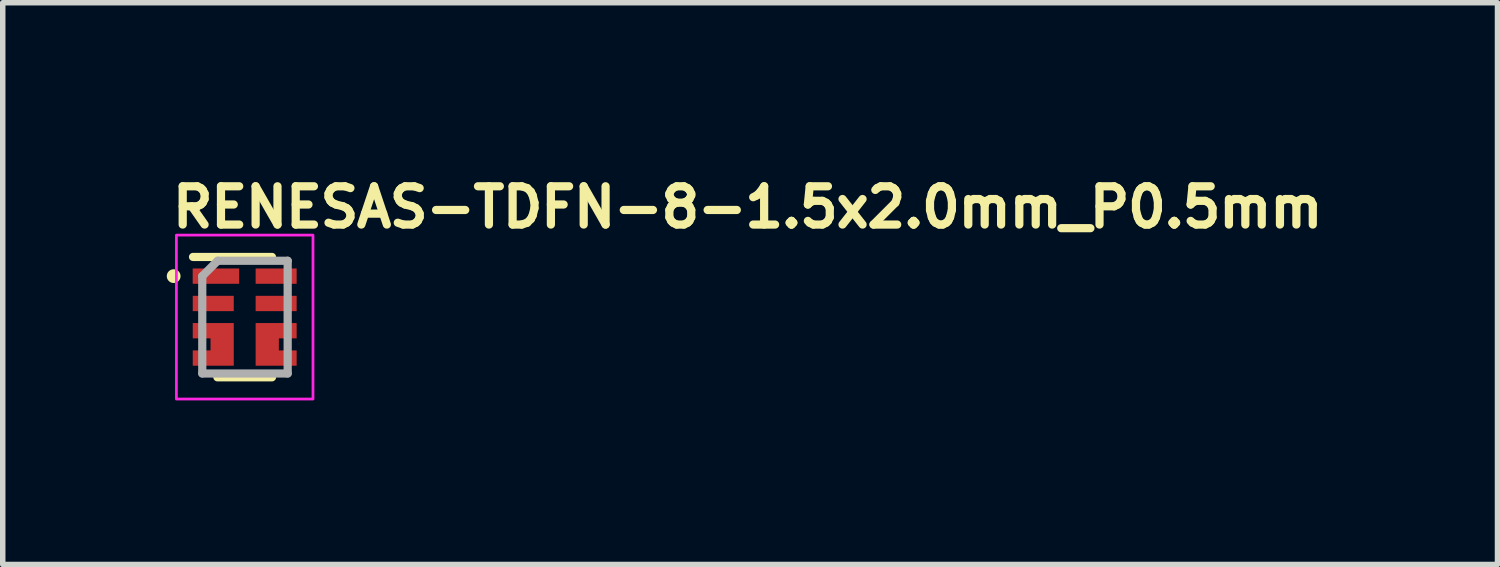
<source format=kicad_pcb>
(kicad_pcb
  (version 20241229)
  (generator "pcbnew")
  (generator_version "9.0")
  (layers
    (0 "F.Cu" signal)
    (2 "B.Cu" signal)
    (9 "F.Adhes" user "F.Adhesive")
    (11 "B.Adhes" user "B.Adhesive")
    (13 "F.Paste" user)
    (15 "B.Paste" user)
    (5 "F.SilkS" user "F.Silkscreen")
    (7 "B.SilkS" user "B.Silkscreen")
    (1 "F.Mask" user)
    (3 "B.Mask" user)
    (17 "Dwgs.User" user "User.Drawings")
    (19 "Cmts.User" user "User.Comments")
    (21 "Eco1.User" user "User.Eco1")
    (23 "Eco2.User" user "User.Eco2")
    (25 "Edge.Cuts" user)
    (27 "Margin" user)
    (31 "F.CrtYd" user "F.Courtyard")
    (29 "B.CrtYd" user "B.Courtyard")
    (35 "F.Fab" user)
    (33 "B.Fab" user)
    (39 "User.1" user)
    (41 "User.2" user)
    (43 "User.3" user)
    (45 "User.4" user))
  (footprint "RENESAS-TDFN-8-1.5x2.0mm_P0.5mm"
    (layer "F.Cu")
    (at 1.426 2.75)
    (property "Reference" "RENESAS-TDFN-8-1.5x2.0mm_P0.5mm" (at -1.4 -1.6 0) (unlocked yes) (layer "F.SilkS") (effects (font (size 0.7 0.7) (thickness 0.15)) (justify left bottom)))
    (attr smd)
    (fp_line (start -0.946 -1.101) (end 0.498 -1.101) (stroke (width 0.15) (type solid)) (layer "F.SilkS"))
    (fp_line (start -0.5 1.1) (end 0.498 1.1) (stroke (width 0.15) (type solid)) (layer "F.SilkS"))
    (fp_circle (center -1.3 -0.75) (end -1.249 -0.75) (stroke (width 0.15) (type solid)) (fill yes) (layer "F.SilkS"))
    (fp_rect (start -1.25 -1.5) (end 1.248 1.498) (stroke (width 0.05) (type solid)) (fill no) (layer "F.CrtYd"))
    (fp_line (start -0.777 -0.75) (end -0.777 1.03) (stroke (width 0.15) (type solid)) (layer "F.Fab"))
    (fp_line (start -0.777 1.03) (end 0.785 1.03) (stroke (width 0.15) (type solid)) (layer "F.Fab"))
    (fp_line (start -0.495 -1.031) (end -0.777 -0.75) (stroke (width 0.15) (type solid)) (layer "F.Fab"))
    (fp_line (start 0.785 -1.031) (end -0.495 -1.031) (stroke (width 0.15) (type solid)) (layer "F.Fab"))
    (fp_line (start 0.785 -1.031) (end 0.785 1.03) (stroke (width 0.15) (type solid)) (layer "F.Fab"))
    (fp_rect (start -0.75 -1) (end 0.748 0.998) (stroke (width 0.1) (type solid)) (fill no) (layer "User.5"))
    (fp_line (start -0.75 -1) (end -0.75 0.998) (stroke (width 0.02) (type solid)) (layer "User.9"))
    (fp_line (start -0.75 0.998) (end 0.748 0.998) (stroke (width 0.02) (type solid)) (layer "User.9"))
    (fp_line (start -0.688 -0.814) (end -0.688 -0.811) (stroke (width 0.02) (type solid)) (layer "User.9"))
    (fp_line (start -0.688 -0.814) (end -0.688 -0.811) (stroke (width 0.02) (type solid)) (layer "User.9"))
    (fp_line (start -0.688 -0.811) (end -0.688 -0.808) (stroke (width 0.02) (type solid)) (layer "User.9"))
    (fp_line (start -0.688 -0.811) (end -0.688 -0.808) (stroke (width 0.02) (type solid)) (layer "User.9"))
    (fp_line (start -0.688 -0.808) (end -0.688 -0.805) (stroke (width 0.02) (type solid)) (layer "User.9"))
    (fp_line (start -0.688 -0.808) (end -0.688 -0.805) (stroke (width 0.02) (type solid)) (layer "User.9"))
    (fp_line (start -0.688 -0.805) (end -0.688 -0.802) (stroke (width 0.02) (type solid)) (layer "User.9"))
    (fp_line (start -0.688 -0.805) (end -0.688 -0.802) (stroke (width 0.02) (type solid)) (layer "User.9"))
    (fp_line (start -0.688 -0.802) (end -0.688 -0.795) (stroke (width 0.02) (type solid)) (layer "User.9"))
    (fp_line (start -0.688 -0.802) (end -0.688 -0.795) (stroke (width 0.02) (type solid)) (layer "User.9"))
    (fp_line (start -0.688 -0.795) (end -0.688 -0.789) (stroke (width 0.02) (type solid)) (layer "User.9"))
    (fp_line (start -0.688 -0.795) (end -0.688 -0.789) (stroke (width 0.02) (type solid)) (layer "User.9"))
    (fp_line (start -0.688 -0.789) (end -0.686 -0.783) (stroke (width 0.02) (type solid)) (layer "User.9"))
    (fp_line (start -0.688 -0.789) (end -0.686 -0.783) (stroke (width 0.02) (type solid)) (layer "User.9"))
    (fp_line (start -0.687 -0.817) (end -0.688 -0.814) (stroke (width 0.02) (type solid)) (layer "User.9"))
    (fp_line (start -0.687 -0.817) (end -0.688 -0.814) (stroke (width 0.02) (type solid)) (layer "User.9"))
    (fp_line (start -0.686 -0.824) (end -0.686 -0.821) (stroke (width 0.02) (type solid)) (layer "User.9"))
    (fp_line (start -0.686 -0.824) (end -0.686 -0.821) (stroke (width 0.02) (type solid)) (layer "User.9"))
    (fp_line (start -0.686 -0.821) (end -0.687 -0.817) (stroke (width 0.02) (type solid)) (layer "User.9"))
    (fp_line (start -0.686 -0.821) (end -0.687 -0.817) (stroke (width 0.02) (type solid)) (layer "User.9"))
    (fp_line (start -0.686 -0.783) (end -0.685 -0.777) (stroke (width 0.02) (type solid)) (layer "User.9"))
    (fp_line (start -0.686 -0.783) (end -0.685 -0.777) (stroke (width 0.02) (type solid)) (layer "User.9"))
    (fp_line (start -0.685 -0.827) (end -0.686 -0.824) (stroke (width 0.02) (type solid)) (layer "User.9"))
    (fp_line (start -0.685 -0.827) (end -0.686 -0.824) (stroke (width 0.02) (type solid)) (layer "User.9"))
    (fp_line (start -0.685 -0.777) (end -0.683 -0.771) (stroke (width 0.02) (type solid)) (layer "User.9"))
    (fp_line (start -0.685 -0.777) (end -0.683 -0.771) (stroke (width 0.02) (type solid)) (layer "User.9"))
    (fp_line (start -0.684 -0.83) (end -0.685 -0.827) (stroke (width 0.02) (type solid)) (layer "User.9"))
    (fp_line (start -0.684 -0.83) (end -0.685 -0.827) (stroke (width 0.02) (type solid)) (layer "User.9"))
    (fp_line (start -0.683 -0.833) (end -0.684 -0.83) (stroke (width 0.02) (type solid)) (layer "User.9"))
    (fp_line (start -0.683 -0.833) (end -0.684 -0.83) (stroke (width 0.02) (type solid)) (layer "User.9"))
    (fp_line (start -0.683 -0.771) (end -0.681 -0.764) (stroke (width 0.02) (type solid)) (layer "User.9"))
    (fp_line (start -0.683 -0.771) (end -0.681 -0.764) (stroke (width 0.02) (type solid)) (layer "User.9"))
    (fp_line (start -0.682 -0.835) (end -0.683 -0.833) (stroke (width 0.02) (type solid)) (layer "User.9"))
    (fp_line (start -0.682 -0.835) (end -0.683 -0.833) (stroke (width 0.02) (type solid)) (layer "User.9"))
    (fp_line (start -0.681 -0.837) (end -0.682 -0.835) (stroke (width 0.02) (type solid)) (layer "User.9"))
    (fp_line (start -0.681 -0.837) (end -0.682 -0.835) (stroke (width 0.02) (type solid)) (layer "User.9"))
    (fp_line (start -0.681 -0.764) (end -0.678 -0.758) (stroke (width 0.02) (type solid)) (layer "User.9"))
    (fp_line (start -0.681 -0.764) (end -0.678 -0.758) (stroke (width 0.02) (type solid)) (layer "User.9"))
    (fp_line (start -0.68 -0.84) (end -0.681 -0.837) (stroke (width 0.02) (type solid)) (layer "User.9"))
    (fp_line (start -0.68 -0.84) (end -0.681 -0.837) (stroke (width 0.02) (type solid)) (layer "User.9"))
    (fp_line (start -0.678 -0.843) (end -0.68 -0.84) (stroke (width 0.02) (type solid)) (layer "User.9"))
    (fp_line (start -0.678 -0.843) (end -0.68 -0.84) (stroke (width 0.02) (type solid)) (layer "User.9"))
    (fp_line (start -0.678 -0.758) (end -0.676 -0.753) (stroke (width 0.02) (type solid)) (layer "User.9"))
    (fp_line (start -0.678 -0.758) (end -0.676 -0.753) (stroke (width 0.02) (type solid)) (layer "User.9"))
    (fp_line (start -0.677 -0.846) (end -0.678 -0.843) (stroke (width 0.02) (type solid)) (layer "User.9"))
    (fp_line (start -0.677 -0.846) (end -0.678 -0.843) (stroke (width 0.02) (type solid)) (layer "User.9"))
    (fp_line (start -0.676 -0.848) (end -0.677 -0.846) (stroke (width 0.02) (type solid)) (layer "User.9"))
    (fp_line (start -0.676 -0.848) (end -0.677 -0.846) (stroke (width 0.02) (type solid)) (layer "User.9"))
    (fp_line (start -0.676 -0.753) (end -0.672 -0.748) (stroke (width 0.02) (type solid)) (layer "User.9"))
    (fp_line (start -0.676 -0.753) (end -0.672 -0.748) (stroke (width 0.02) (type solid)) (layer "User.9"))
    (fp_line (start -0.674 -0.851) (end -0.676 -0.848) (stroke (width 0.02) (type solid)) (layer "User.9"))
    (fp_line (start -0.674 -0.851) (end -0.676 -0.848) (stroke (width 0.02) (type solid)) (layer "User.9"))
    (fp_line (start -0.672 -0.854) (end -0.674 -0.851) (stroke (width 0.02) (type solid)) (layer "User.9"))
    (fp_line (start -0.672 -0.854) (end -0.674 -0.851) (stroke (width 0.02) (type solid)) (layer "User.9"))
    (fp_line (start -0.672 -0.748) (end -0.669 -0.743) (stroke (width 0.02) (type solid)) (layer "User.9"))
    (fp_line (start -0.672 -0.748) (end -0.669 -0.743) (stroke (width 0.02) (type solid)) (layer "User.9"))
    (fp_line (start -0.671 -0.856) (end -0.672 -0.854) (stroke (width 0.02) (type solid)) (layer "User.9"))
    (fp_line (start -0.671 -0.856) (end -0.672 -0.854) (stroke (width 0.02) (type solid)) (layer "User.9"))
    (fp_line (start -0.669 -0.859) (end -0.671 -0.856) (stroke (width 0.02) (type solid)) (layer "User.9"))
    (fp_line (start -0.669 -0.859) (end -0.671 -0.856) (stroke (width 0.02) (type solid)) (layer "User.9"))
    (fp_line (start -0.669 -0.743) (end -0.665 -0.738) (stroke (width 0.02) (type solid)) (layer "User.9"))
    (fp_line (start -0.669 -0.743) (end -0.665 -0.738) (stroke (width 0.02) (type solid)) (layer "User.9"))
    (fp_line (start -0.667 -0.861) (end -0.669 -0.859) (stroke (width 0.02) (type solid)) (layer "User.9"))
    (fp_line (start -0.667 -0.861) (end -0.669 -0.859) (stroke (width 0.02) (type solid)) (layer "User.9"))
    (fp_line (start -0.665 -0.864) (end -0.667 -0.861) (stroke (width 0.02) (type solid)) (layer "User.9"))
    (fp_line (start -0.665 -0.864) (end -0.667 -0.861) (stroke (width 0.02) (type solid)) (layer "User.9"))
    (fp_line (start -0.665 -0.738) (end -0.661 -0.733) (stroke (width 0.02) (type solid)) (layer "User.9"))
    (fp_line (start -0.665 -0.738) (end -0.661 -0.733) (stroke (width 0.02) (type solid)) (layer "User.9"))
    (fp_line (start -0.663 -0.866) (end -0.665 -0.864) (stroke (width 0.02) (type solid)) (layer "User.9"))
    (fp_line (start -0.663 -0.866) (end -0.665 -0.864) (stroke (width 0.02) (type solid)) (layer "User.9"))
    (fp_line (start -0.661 -0.868) (end -0.663 -0.866) (stroke (width 0.02) (type solid)) (layer "User.9"))
    (fp_line (start -0.661 -0.868) (end -0.663 -0.866) (stroke (width 0.02) (type solid)) (layer "User.9"))
    (fp_line (start -0.661 -0.733) (end -0.656 -0.729) (stroke (width 0.02) (type solid)) (layer "User.9"))
    (fp_line (start -0.661 -0.733) (end -0.656 -0.729) (stroke (width 0.02) (type solid)) (layer "User.9"))
    (fp_line (start -0.658 -0.87) (end -0.661 -0.868) (stroke (width 0.02) (type solid)) (layer "User.9"))
    (fp_line (start -0.658 -0.87) (end -0.661 -0.868) (stroke (width 0.02) (type solid)) (layer "User.9"))
    (fp_line (start -0.656 -0.872) (end -0.658 -0.87) (stroke (width 0.02) (type solid)) (layer "User.9"))
    (fp_line (start -0.656 -0.872) (end -0.658 -0.87) (stroke (width 0.02) (type solid)) (layer "User.9"))
    (fp_line (start -0.656 -0.729) (end -0.651 -0.725) (stroke (width 0.02) (type solid)) (layer "User.9"))
    (fp_line (start -0.656 -0.729) (end -0.651 -0.725) (stroke (width 0.02) (type solid)) (layer "User.9"))
    (fp_line (start -0.654 -0.874) (end -0.656 -0.872) (stroke (width 0.02) (type solid)) (layer "User.9"))
    (fp_line (start -0.654 -0.874) (end -0.656 -0.872) (stroke (width 0.02) (type solid)) (layer "User.9"))
    (fp_line (start -0.651 -0.876) (end -0.654 -0.874) (stroke (width 0.02) (type solid)) (layer "User.9"))
    (fp_line (start -0.651 -0.876) (end -0.654 -0.874) (stroke (width 0.02) (type solid)) (layer "User.9"))
    (fp_line (start -0.651 -0.725) (end -0.646 -0.721) (stroke (width 0.02) (type solid)) (layer "User.9"))
    (fp_line (start -0.651 -0.725) (end -0.646 -0.721) (stroke (width 0.02) (type solid)) (layer "User.9"))
    (fp_line (start -0.649 -0.878) (end -0.651 -0.876) (stroke (width 0.02) (type solid)) (layer "User.9"))
    (fp_line (start -0.649 -0.878) (end -0.651 -0.876) (stroke (width 0.02) (type solid)) (layer "User.9"))
    (fp_line (start -0.646 -0.88) (end -0.649 -0.878) (stroke (width 0.02) (type solid)) (layer "User.9"))
    (fp_line (start -0.646 -0.88) (end -0.649 -0.878) (stroke (width 0.02) (type solid)) (layer "User.9"))
    (fp_line (start -0.646 -0.721) (end -0.64 -0.718) (stroke (width 0.02) (type solid)) (layer "User.9"))
    (fp_line (start -0.646 -0.721) (end -0.64 -0.718) (stroke (width 0.02) (type solid)) (layer "User.9"))
    (fp_line (start -0.643 -0.882) (end -0.646 -0.88) (stroke (width 0.02) (type solid)) (layer "User.9"))
    (fp_line (start -0.643 -0.882) (end -0.646 -0.88) (stroke (width 0.02) (type solid)) (layer "User.9"))
    (fp_line (start -0.64 -0.883) (end -0.643 -0.882) (stroke (width 0.02) (type solid)) (layer "User.9"))
    (fp_line (start -0.64 -0.883) (end -0.643 -0.882) (stroke (width 0.02) (type solid)) (layer "User.9"))
    (fp_line (start -0.64 -0.883) (end -0.64 -0.883) (stroke (width 0.02) (type solid)) (layer "User.9"))
    (fp_line (start -0.64 -0.883) (end -0.64 -0.883) (stroke (width 0.02) (type solid)) (layer "User.9"))
    (fp_line (start -0.64 -0.718) (end -0.64 -0.718) (stroke (width 0.02) (type solid)) (layer "User.9"))
    (fp_line (start -0.64 -0.718) (end -0.64 -0.718) (stroke (width 0.02) (type solid)) (layer "User.9"))
    (fp_line (start -0.64 -0.718) (end -0.634 -0.715) (stroke (width 0.02) (type solid)) (layer "User.9"))
    (fp_line (start -0.64 -0.718) (end -0.634 -0.715) (stroke (width 0.02) (type solid)) (layer "User.9"))
    (fp_line (start -0.634 -0.886) (end -0.64 -0.883) (stroke (width 0.02) (type solid)) (layer "User.9"))
    (fp_line (start -0.634 -0.886) (end -0.64 -0.883) (stroke (width 0.02) (type solid)) (layer "User.9"))
    (fp_line (start -0.634 -0.715) (end -0.628 -0.712) (stroke (width 0.02) (type solid)) (layer "User.9"))
    (fp_line (start -0.634 -0.715) (end -0.628 -0.712) (stroke (width 0.02) (type solid)) (layer "User.9"))
    (fp_line (start -0.628 -0.889) (end -0.634 -0.886) (stroke (width 0.02) (type solid)) (layer "User.9"))
    (fp_line (start -0.628 -0.889) (end -0.634 -0.886) (stroke (width 0.02) (type solid)) (layer "User.9"))
    (fp_line (start -0.628 -0.712) (end -0.622 -0.71) (stroke (width 0.02) (type solid)) (layer "User.9"))
    (fp_line (start -0.628 -0.712) (end -0.622 -0.71) (stroke (width 0.02) (type solid)) (layer "User.9"))
    (fp_line (start -0.622 -0.891) (end -0.628 -0.889) (stroke (width 0.02) (type solid)) (layer "User.9"))
    (fp_line (start -0.622 -0.891) (end -0.628 -0.889) (stroke (width 0.02) (type solid)) (layer "User.9"))
    (fp_line (start -0.622 -0.71) (end -0.616 -0.708) (stroke (width 0.02) (type solid)) (layer "User.9"))
    (fp_line (start -0.622 -0.71) (end -0.616 -0.708) (stroke (width 0.02) (type solid)) (layer "User.9"))
    (fp_line (start -0.616 -0.893) (end -0.622 -0.891) (stroke (width 0.02) (type solid)) (layer "User.9"))
    (fp_line (start -0.616 -0.893) (end -0.622 -0.891) (stroke (width 0.02) (type solid)) (layer "User.9"))
    (fp_line (start -0.616 -0.708) (end -0.61 -0.707) (stroke (width 0.02) (type solid)) (layer "User.9"))
    (fp_line (start -0.616 -0.708) (end -0.61 -0.707) (stroke (width 0.02) (type solid)) (layer "User.9"))
    (fp_line (start -0.61 -0.894) (end -0.616 -0.893) (stroke (width 0.02) (type solid)) (layer "User.9"))
    (fp_line (start -0.61 -0.894) (end -0.616 -0.893) (stroke (width 0.02) (type solid)) (layer "User.9"))
    (fp_line (start -0.61 -0.707) (end -0.604 -0.706) (stroke (width 0.02) (type solid)) (layer "User.9"))
    (fp_line (start -0.61 -0.707) (end -0.604 -0.706) (stroke (width 0.02) (type solid)) (layer "User.9"))
    (fp_line (start -0.604 -0.895) (end -0.61 -0.894) (stroke (width 0.02) (type solid)) (layer "User.9"))
    (fp_line (start -0.604 -0.895) (end -0.61 -0.894) (stroke (width 0.02) (type solid)) (layer "User.9"))
    (fp_line (start -0.604 -0.706) (end -0.598 -0.705) (stroke (width 0.02) (type solid)) (layer "User.9"))
    (fp_line (start -0.604 -0.706) (end -0.598 -0.705) (stroke (width 0.02) (type solid)) (layer "User.9"))
    (fp_line (start -0.598 -0.896) (end -0.604 -0.895) (stroke (width 0.02) (type solid)) (layer "User.9"))
    (fp_line (start -0.598 -0.896) (end -0.604 -0.895) (stroke (width 0.02) (type solid)) (layer "User.9"))
    (fp_line (start -0.598 -0.705) (end -0.592 -0.705) (stroke (width 0.02) (type solid)) (layer "User.9"))
    (fp_line (start -0.598 -0.705) (end -0.592 -0.705) (stroke (width 0.02) (type solid)) (layer "User.9"))
    (fp_line (start -0.592 -0.896) (end -0.598 -0.896) (stroke (width 0.02) (type solid)) (layer "User.9"))
    (fp_line (start -0.592 -0.896) (end -0.598 -0.896) (stroke (width 0.02) (type solid)) (layer "User.9"))
    (fp_line (start -0.592 -0.705) (end -0.586 -0.705) (stroke (width 0.02) (type solid)) (layer "User.9"))
    (fp_line (start -0.592 -0.705) (end -0.586 -0.705) (stroke (width 0.02) (type solid)) (layer "User.9"))
    (fp_line (start -0.586 -0.896) (end -0.592 -0.896) (stroke (width 0.02) (type solid)) (layer "User.9"))
    (fp_line (start -0.586 -0.896) (end -0.592 -0.896) (stroke (width 0.02) (type solid)) (layer "User.9"))
    (fp_line (start -0.586 -0.705) (end -0.579 -0.706) (stroke (width 0.02) (type solid)) (layer "User.9"))
    (fp_line (start -0.586 -0.705) (end -0.579 -0.706) (stroke (width 0.02) (type solid)) (layer "User.9"))
    (fp_line (start -0.579 -0.895) (end -0.586 -0.896) (stroke (width 0.02) (type solid)) (layer "User.9"))
    (fp_line (start -0.579 -0.895) (end -0.586 -0.896) (stroke (width 0.02) (type solid)) (layer "User.9"))
    (fp_line (start -0.579 -0.706) (end -0.574 -0.707) (stroke (width 0.02) (type solid)) (layer "User.9"))
    (fp_line (start -0.579 -0.706) (end -0.574 -0.707) (stroke (width 0.02) (type solid)) (layer "User.9"))
    (fp_line (start -0.574 -0.894) (end -0.579 -0.895) (stroke (width 0.02) (type solid)) (layer "User.9"))
    (fp_line (start -0.574 -0.894) (end -0.579 -0.895) (stroke (width 0.02) (type solid)) (layer "User.9"))
    (fp_line (start -0.574 -0.707) (end -0.568 -0.708) (stroke (width 0.02) (type solid)) (layer "User.9"))
    (fp_line (start -0.574 -0.707) (end -0.568 -0.708) (stroke (width 0.02) (type solid)) (layer "User.9"))
    (fp_line (start -0.568 -0.893) (end -0.574 -0.894) (stroke (width 0.02) (type solid)) (layer "User.9"))
    (fp_line (start -0.568 -0.893) (end -0.574 -0.894) (stroke (width 0.02) (type solid)) (layer "User.9"))
    (fp_line (start -0.568 -0.708) (end -0.562 -0.71) (stroke (width 0.02) (type solid)) (layer "User.9"))
    (fp_line (start -0.568 -0.708) (end -0.562 -0.71) (stroke (width 0.02) (type solid)) (layer "User.9"))
    (fp_line (start -0.562 -0.891) (end -0.568 -0.893) (stroke (width 0.02) (type solid)) (layer "User.9"))
    (fp_line (start -0.562 -0.891) (end -0.568 -0.893) (stroke (width 0.02) (type solid)) (layer "User.9"))
    (fp_line (start -0.562 -0.71) (end -0.556 -0.712) (stroke (width 0.02) (type solid)) (layer "User.9"))
    (fp_line (start -0.562 -0.71) (end -0.556 -0.712) (stroke (width 0.02) (type solid)) (layer "User.9"))
    (fp_line (start -0.556 -0.889) (end -0.562 -0.891) (stroke (width 0.02) (type solid)) (layer "User.9"))
    (fp_line (start -0.556 -0.889) (end -0.562 -0.891) (stroke (width 0.02) (type solid)) (layer "User.9"))
    (fp_line (start -0.556 -0.712) (end -0.551 -0.715) (stroke (width 0.02) (type solid)) (layer "User.9"))
    (fp_line (start -0.556 -0.712) (end -0.551 -0.715) (stroke (width 0.02) (type solid)) (layer "User.9"))
    (fp_line (start -0.551 -0.886) (end -0.556 -0.889) (stroke (width 0.02) (type solid)) (layer "User.9"))
    (fp_line (start -0.551 -0.886) (end -0.556 -0.889) (stroke (width 0.02) (type solid)) (layer "User.9"))
    (fp_line (start -0.551 -0.715) (end -0.545 -0.718) (stroke (width 0.02) (type solid)) (layer "User.9"))
    (fp_line (start -0.551 -0.715) (end -0.545 -0.718) (stroke (width 0.02) (type solid)) (layer "User.9"))
    (fp_line (start -0.545 -0.883) (end -0.551 -0.886) (stroke (width 0.02) (type solid)) (layer "User.9"))
    (fp_line (start -0.545 -0.883) (end -0.551 -0.886) (stroke (width 0.02) (type solid)) (layer "User.9"))
    (fp_line (start -0.545 -0.883) (end -0.545 -0.883) (stroke (width 0.02) (type solid)) (layer "User.9"))
    (fp_line (start -0.545 -0.883) (end -0.545 -0.883) (stroke (width 0.02) (type solid)) (layer "User.9"))
    (fp_line (start -0.545 -0.718) (end -0.545 -0.718) (stroke (width 0.02) (type solid)) (layer "User.9"))
    (fp_line (start -0.545 -0.718) (end -0.545 -0.718) (stroke (width 0.02) (type solid)) (layer "User.9"))
    (fp_line (start -0.545 -0.718) (end -0.542 -0.72) (stroke (width 0.02) (type solid)) (layer "User.9"))
    (fp_line (start -0.545 -0.718) (end -0.542 -0.72) (stroke (width 0.02) (type solid)) (layer "User.9"))
    (fp_line (start -0.542 -0.72) (end -0.54 -0.721) (stroke (width 0.02) (type solid)) (layer "User.9"))
    (fp_line (start -0.542 -0.72) (end -0.54 -0.721) (stroke (width 0.02) (type solid)) (layer "User.9"))
    (fp_line (start -0.54 -0.88) (end -0.545 -0.883) (stroke (width 0.02) (type solid)) (layer "User.9"))
    (fp_line (start -0.54 -0.88) (end -0.545 -0.883) (stroke (width 0.02) (type solid)) (layer "User.9"))
    (fp_line (start -0.54 -0.721) (end -0.537 -0.723) (stroke (width 0.02) (type solid)) (layer "User.9"))
    (fp_line (start -0.54 -0.721) (end -0.537 -0.723) (stroke (width 0.02) (type solid)) (layer "User.9"))
    (fp_line (start -0.537 -0.723) (end -0.534 -0.725) (stroke (width 0.02) (type solid)) (layer "User.9"))
    (fp_line (start -0.537 -0.723) (end -0.534 -0.725) (stroke (width 0.02) (type solid)) (layer "User.9"))
    (fp_line (start -0.534 -0.876) (end -0.54 -0.88) (stroke (width 0.02) (type solid)) (layer "User.9"))
    (fp_line (start -0.534 -0.876) (end -0.54 -0.88) (stroke (width 0.02) (type solid)) (layer "User.9"))
    (fp_line (start -0.534 -0.725) (end -0.532 -0.727) (stroke (width 0.02) (type solid)) (layer "User.9"))
    (fp_line (start -0.534 -0.725) (end -0.532 -0.727) (stroke (width 0.02) (type solid)) (layer "User.9"))
    (fp_line (start -0.532 -0.727) (end -0.53 -0.729) (stroke (width 0.02) (type solid)) (layer "User.9"))
    (fp_line (start -0.532 -0.727) (end -0.53 -0.729) (stroke (width 0.02) (type solid)) (layer "User.9"))
    (fp_line (start -0.53 -0.872) (end -0.534 -0.876) (stroke (width 0.02) (type solid)) (layer "User.9"))
    (fp_line (start -0.53 -0.872) (end -0.534 -0.876) (stroke (width 0.02) (type solid)) (layer "User.9"))
    (fp_line (start -0.53 -0.729) (end -0.527 -0.731) (stroke (width 0.02) (type solid)) (layer "User.9"))
    (fp_line (start -0.53 -0.729) (end -0.527 -0.731) (stroke (width 0.02) (type solid)) (layer "User.9"))
    (fp_line (start -0.527 -0.731) (end -0.525 -0.733) (stroke (width 0.02) (type solid)) (layer "User.9"))
    (fp_line (start -0.527 -0.731) (end -0.525 -0.733) (stroke (width 0.02) (type solid)) (layer "User.9"))
    (fp_line (start -0.525 -0.868) (end -0.53 -0.872) (stroke (width 0.02) (type solid)) (layer "User.9"))
    (fp_line (start -0.525 -0.868) (end -0.53 -0.872) (stroke (width 0.02) (type solid)) (layer "User.9"))
    (fp_line (start -0.525 -0.733) (end -0.523 -0.735) (stroke (width 0.02) (type solid)) (layer "User.9"))
    (fp_line (start -0.525 -0.733) (end -0.523 -0.735) (stroke (width 0.02) (type solid)) (layer "User.9"))
    (fp_line (start -0.523 -0.735) (end -0.521 -0.738) (stroke (width 0.02) (type solid)) (layer "User.9"))
    (fp_line (start -0.523 -0.735) (end -0.521 -0.738) (stroke (width 0.02) (type solid)) (layer "User.9"))
    (fp_line (start -0.521 -0.864) (end -0.525 -0.868) (stroke (width 0.02) (type solid)) (layer "User.9"))
    (fp_line (start -0.521 -0.864) (end -0.525 -0.868) (stroke (width 0.02) (type solid)) (layer "User.9"))
    (fp_line (start -0.521 -0.738) (end -0.519 -0.74) (stroke (width 0.02) (type solid)) (layer "User.9"))
    (fp_line (start -0.521 -0.738) (end -0.519 -0.74) (stroke (width 0.02) (type solid)) (layer "User.9"))
    (fp_line (start -0.519 -0.74) (end -0.517 -0.743) (stroke (width 0.02) (type solid)) (layer "User.9"))
    (fp_line (start -0.519 -0.74) (end -0.517 -0.743) (stroke (width 0.02) (type solid)) (layer "User.9"))
    (fp_line (start -0.517 -0.859) (end -0.521 -0.864) (stroke (width 0.02) (type solid)) (layer "User.9"))
    (fp_line (start -0.517 -0.859) (end -0.521 -0.864) (stroke (width 0.02) (type solid)) (layer "User.9"))
    (fp_line (start -0.517 -0.743) (end -0.515 -0.745) (stroke (width 0.02) (type solid)) (layer "User.9"))
    (fp_line (start -0.517 -0.743) (end -0.515 -0.745) (stroke (width 0.02) (type solid)) (layer "User.9"))
    (fp_line (start -0.515 -0.745) (end -0.512 -0.748) (stroke (width 0.02) (type solid)) (layer "User.9"))
    (fp_line (start -0.515 -0.745) (end -0.512 -0.748) (stroke (width 0.02) (type solid)) (layer "User.9"))
    (fp_line (start -0.512 -0.854) (end -0.517 -0.859) (stroke (width 0.02) (type solid)) (layer "User.9"))
    (fp_line (start -0.512 -0.854) (end -0.517 -0.859) (stroke (width 0.02) (type solid)) (layer "User.9"))
    (fp_line (start -0.512 -0.748) (end -0.511 -0.75) (stroke (width 0.02) (type solid)) (layer "User.9"))
    (fp_line (start -0.512 -0.748) (end -0.511 -0.75) (stroke (width 0.02) (type solid)) (layer "User.9"))
    (fp_line (start -0.511 -0.75) (end -0.509 -0.753) (stroke (width 0.02) (type solid)) (layer "User.9"))
    (fp_line (start -0.511 -0.75) (end -0.509 -0.753) (stroke (width 0.02) (type solid)) (layer "User.9"))
    (fp_line (start -0.509 -0.848) (end -0.512 -0.854) (stroke (width 0.02) (type solid)) (layer "User.9"))
    (fp_line (start -0.509 -0.848) (end -0.512 -0.854) (stroke (width 0.02) (type solid)) (layer "User.9"))
    (fp_line (start -0.509 -0.753) (end -0.507 -0.756) (stroke (width 0.02) (type solid)) (layer "User.9"))
    (fp_line (start -0.509 -0.753) (end -0.507 -0.756) (stroke (width 0.02) (type solid)) (layer "User.9"))
    (fp_line (start -0.507 -0.756) (end -0.506 -0.758) (stroke (width 0.02) (type solid)) (layer "User.9"))
    (fp_line (start -0.507 -0.756) (end -0.506 -0.758) (stroke (width 0.02) (type solid)) (layer "User.9"))
    (fp_line (start -0.506 -0.843) (end -0.509 -0.848) (stroke (width 0.02) (type solid)) (layer "User.9"))
    (fp_line (start -0.506 -0.843) (end -0.509 -0.848) (stroke (width 0.02) (type solid)) (layer "User.9"))
    (fp_line (start -0.506 -0.758) (end -0.505 -0.761) (stroke (width 0.02) (type solid)) (layer "User.9"))
    (fp_line (start -0.506 -0.758) (end -0.505 -0.761) (stroke (width 0.02) (type solid)) (layer "User.9"))
    (fp_line (start -0.505 -0.761) (end -0.504 -0.764) (stroke (width 0.02) (type solid)) (layer "User.9"))
    (fp_line (start -0.505 -0.761) (end -0.504 -0.764) (stroke (width 0.02) (type solid)) (layer "User.9"))
    (fp_line (start -0.504 -0.837) (end -0.506 -0.843) (stroke (width 0.02) (type solid)) (layer "User.9"))
    (fp_line (start -0.504 -0.837) (end -0.506 -0.843) (stroke (width 0.02) (type solid)) (layer "User.9"))
    (fp_line (start -0.504 -0.764) (end -0.502 -0.767) (stroke (width 0.02) (type solid)) (layer "User.9"))
    (fp_line (start -0.504 -0.764) (end -0.502 -0.767) (stroke (width 0.02) (type solid)) (layer "User.9"))
    (fp_line (start -0.502 -0.767) (end -0.501 -0.771) (stroke (width 0.02) (type solid)) (layer "User.9"))
    (fp_line (start -0.502 -0.767) (end -0.501 -0.771) (stroke (width 0.02) (type solid)) (layer "User.9"))
    (fp_line (start -0.501 -0.833) (end -0.504 -0.837) (stroke (width 0.02) (type solid)) (layer "User.9"))
    (fp_line (start -0.501 -0.833) (end -0.504 -0.837) (stroke (width 0.02) (type solid)) (layer "User.9"))
    (fp_line (start -0.501 -0.771) (end -0.5 -0.774) (stroke (width 0.02) (type solid)) (layer "User.9"))
    (fp_line (start -0.501 -0.771) (end -0.5 -0.774) (stroke (width 0.02) (type solid)) (layer "User.9"))
    (fp_line (start -0.5 -0.774) (end -0.499 -0.777) (stroke (width 0.02) (type solid)) (layer "User.9"))
    (fp_line (start -0.5 -0.774) (end -0.499 -0.777) (stroke (width 0.02) (type solid)) (layer "User.9"))
    (fp_line (start -0.499 -0.827) (end -0.501 -0.833) (stroke (width 0.02) (type solid)) (layer "User.9"))
    (fp_line (start -0.499 -0.827) (end -0.501 -0.833) (stroke (width 0.02) (type solid)) (layer "User.9"))
    (fp_line (start -0.499 -0.78) (end -0.498 -0.783) (stroke (width 0.02) (type solid)) (layer "User.9"))
    (fp_line (start -0.499 -0.78) (end -0.498 -0.783) (stroke (width 0.02) (type solid)) (layer "User.9"))
    (fp_line (start -0.499 -0.777) (end -0.499 -0.78) (stroke (width 0.02) (type solid)) (layer "User.9"))
    (fp_line (start -0.499 -0.777) (end -0.499 -0.78) (stroke (width 0.02) (type solid)) (layer "User.9"))
    (fp_line (start -0.498 -0.821) (end -0.499 -0.827) (stroke (width 0.02) (type solid)) (layer "User.9"))
    (fp_line (start -0.498 -0.821) (end -0.499 -0.827) (stroke (width 0.02) (type solid)) (layer "User.9"))
    (fp_line (start -0.498 -0.783) (end -0.497 -0.786) (stroke (width 0.02) (type solid)) (layer "User.9"))
    (fp_line (start -0.498 -0.783) (end -0.497 -0.786) (stroke (width 0.02) (type solid)) (layer "User.9"))
    (fp_line (start -0.497 -0.814) (end -0.498 -0.821) (stroke (width 0.02) (type solid)) (layer "User.9"))
    (fp_line (start -0.497 -0.814) (end -0.498 -0.821) (stroke (width 0.02) (type solid)) (layer "User.9"))
    (fp_line (start -0.497 -0.792) (end -0.496 -0.795) (stroke (width 0.02) (type solid)) (layer "User.9"))
    (fp_line (start -0.497 -0.792) (end -0.496 -0.795) (stroke (width 0.02) (type solid)) (layer "User.9"))
    (fp_line (start -0.497 -0.789) (end -0.497 -0.792) (stroke (width 0.02) (type solid)) (layer "User.9"))
    (fp_line (start -0.497 -0.789) (end -0.497 -0.792) (stroke (width 0.02) (type solid)) (layer "User.9"))
    (fp_line (start -0.497 -0.786) (end -0.497 -0.789) (stroke (width 0.02) (type solid)) (layer "User.9"))
    (fp_line (start -0.497 -0.786) (end -0.497 -0.789) (stroke (width 0.02) (type solid)) (layer "User.9"))
    (fp_line (start -0.496 -0.808) (end -0.497 -0.814) (stroke (width 0.02) (type solid)) (layer "User.9"))
    (fp_line (start -0.496 -0.808) (end -0.497 -0.814) (stroke (width 0.02) (type solid)) (layer "User.9"))
    (fp_line (start -0.496 -0.802) (end -0.496 -0.808) (stroke (width 0.02) (type solid)) (layer "User.9"))
    (fp_line (start -0.496 -0.802) (end -0.496 -0.808) (stroke (width 0.02) (type solid)) (layer "User.9"))
    (fp_line (start -0.496 -0.798) (end -0.496 -0.802) (stroke (width 0.02) (type solid)) (layer "User.9"))
    (fp_line (start -0.496 -0.798) (end -0.496 -0.802) (stroke (width 0.02) (type solid)) (layer "User.9"))
    (fp_line (start -0.496 -0.795) (end -0.496 -0.798) (stroke (width 0.02) (type solid)) (layer "User.9"))
    (fp_line (start -0.496 -0.795) (end -0.496 -0.798) (stroke (width 0.02) (type solid)) (layer "User.9"))
    (fp_line (start 0.748 -1) (end -0.75 -1) (stroke (width 0.02) (type solid)) (layer "User.9"))
    (fp_line (start 0.748 0.998) (end 0.748 -1) (stroke (width 0.02) (type solid)) (layer "User.9"))
    (pad "1" smd rect (at -0.527 -0.75 270) (size 0.28 0.85) (layers "F.Cu" "F.Mask" "F.Paste"))
    (pad "2" smd rect (at -0.576 -0.25 270) (size 0.28 0.75) (layers "F.Cu" "F.Mask" "F.Paste"))
    (pad "3" smd custom (at -0.576 0.248 270) (size 0.28 0.75) (layers "F.Cu" "F.Mask" "F.Paste") (options (anchor rect)) (primitives (gr_poly (pts (xy -0.14 -0.375) (xy -0.14 0.05) (xy 0.64 0.05) (xy 0.64 -0.375)) (width 0) (fill yes)) (gr_rect (start 0.36 -0.375) (end 0.64 0.375) (width 0) (fill yes))))
    (pad "5" smd custom (at 0.574 0.748 90) (size 0.28 0.75) (layers "F.Cu" "F.Mask" "F.Paste") (options (anchor rect)) (primitives (gr_poly (pts (xy -0.14 -0.375) (xy -0.14 0.05) (xy 0.64 0.05) (xy 0.64 -0.375)) (width 0) (fill yes)) (gr_rect (start 0.36 -0.375) (end 0.64 0.375) (width 0) (fill yes))))
    (pad "7" smd rect (at 0.574 -0.25 270) (size 0.28 0.75) (layers "F.Cu" "F.Mask" "F.Paste"))
    (pad "8" smd rect (at 0.574 -0.75 270) (size 0.28 0.75) (layers "F.Cu" "F.Mask" "F.Paste")))
  (gr_rect
    (start -3 -3)
    (end 24.336 7.273)
    (stroke (width 0.1) (type default))
    (fill no)
    (layer "Edge.Cuts")))
</source>
